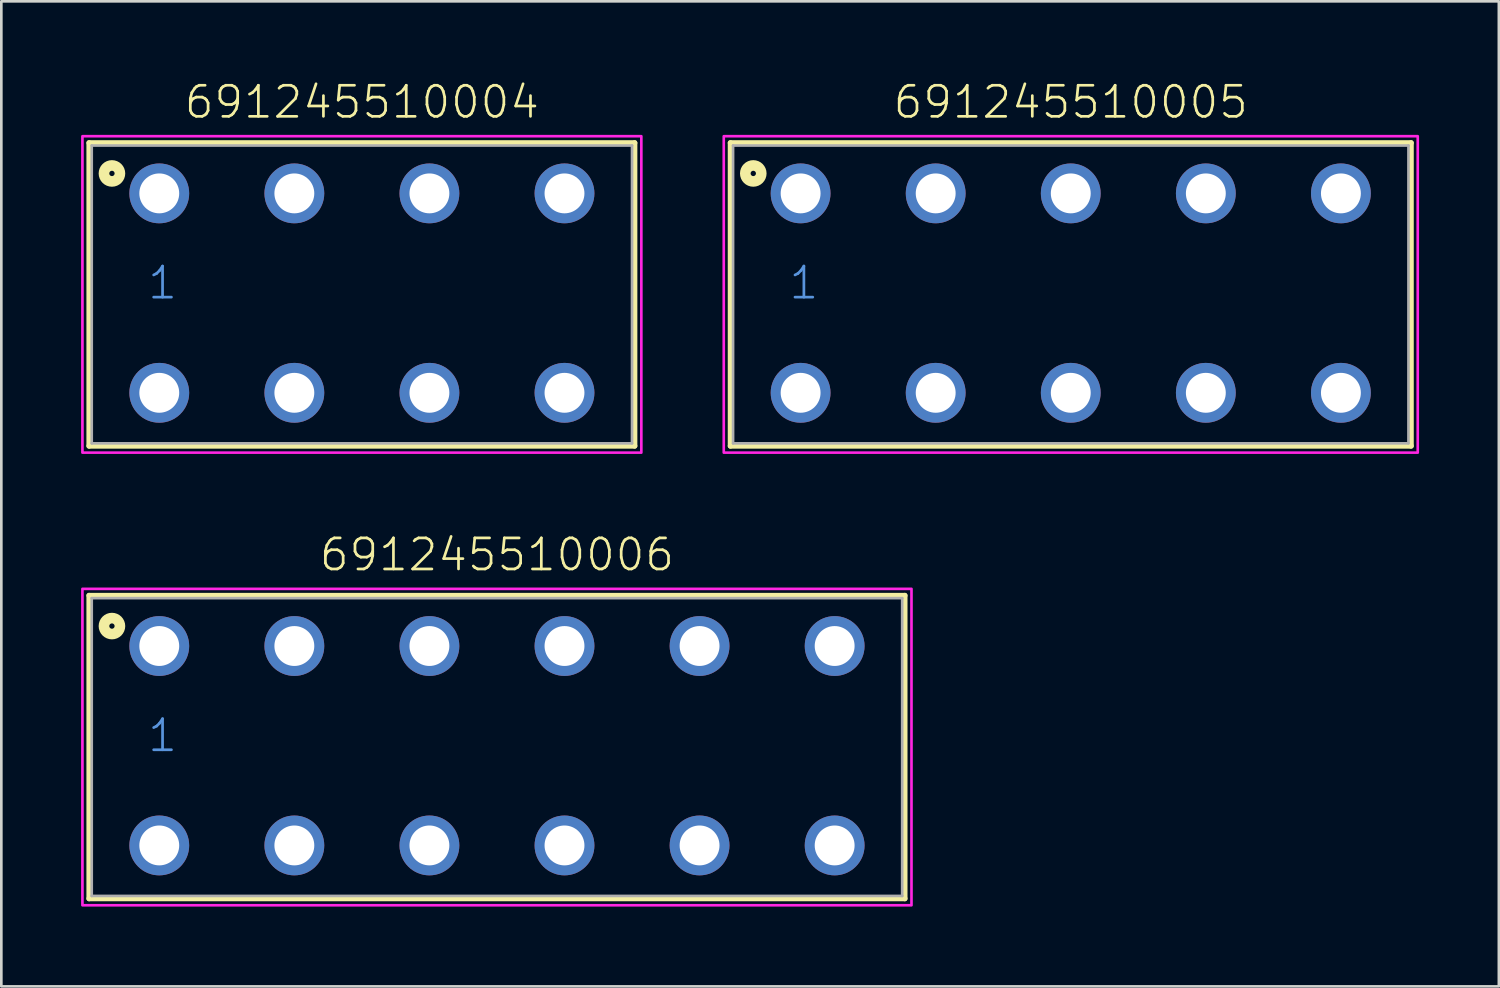
<source format=kicad_pcb>
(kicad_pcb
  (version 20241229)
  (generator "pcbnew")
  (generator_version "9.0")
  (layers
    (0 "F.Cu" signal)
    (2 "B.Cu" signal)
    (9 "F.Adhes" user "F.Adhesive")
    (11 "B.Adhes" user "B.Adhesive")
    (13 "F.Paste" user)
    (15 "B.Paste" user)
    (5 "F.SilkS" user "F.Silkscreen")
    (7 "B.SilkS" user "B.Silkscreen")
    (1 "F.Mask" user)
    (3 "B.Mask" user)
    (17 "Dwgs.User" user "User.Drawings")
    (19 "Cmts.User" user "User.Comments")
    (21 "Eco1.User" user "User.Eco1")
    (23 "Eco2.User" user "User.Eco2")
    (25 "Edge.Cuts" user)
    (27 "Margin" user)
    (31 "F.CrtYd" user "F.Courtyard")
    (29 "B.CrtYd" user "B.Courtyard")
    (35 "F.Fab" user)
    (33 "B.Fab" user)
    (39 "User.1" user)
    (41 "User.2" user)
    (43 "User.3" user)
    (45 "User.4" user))
  (footprint "691245510005"
    (layer "F.Cu")
    (at 37.22 7.973)
    (property "Reference" "691245510005" (at 0 -6.5 0) (unlocked yes) (layer "F.SilkS") (effects (font (size 1.168 1.168) (thickness 0.102)) (justify bottom)))
    (fp_line (start -12.8 -5.65) (end 12.8 -5.65) (stroke (width 0.2) (type solid)) (layer "F.SilkS"))
    (fp_line (start -12.8 5.75) (end -12.8 -5.65) (stroke (width 0.2) (type solid)) (layer "F.SilkS"))
    (fp_line (start 12.8 -5.65) (end 12.8 5.75) (stroke (width 0.2) (type solid)) (layer "F.SilkS"))
    (fp_line (start 12.8 5.75) (end -12.8 5.75) (stroke (width 0.2) (type solid)) (layer "F.SilkS"))
    (fp_circle (center -11.94 -4.5) (end -11.84 -4.5) (stroke (width 0.4) (type solid)) (fill no) (layer "F.SilkS"))
    (fp_poly (pts (xy 13.05 6) (xy -13.05 6) (xy -13.05 -5.9) (xy 13.05 -5.9)) (stroke (width 0.1) (type default)) (fill no) (layer "F.CrtYd"))
    (fp_line (start -12.7 -5.55) (end 12.7 -5.55) (stroke (width 0.1) (type solid)) (layer "F.Fab"))
    (fp_line (start -12.7 5.65) (end -12.7 -5.55) (stroke (width 0.1) (type solid)) (layer "F.Fab"))
    (fp_line (start 12.7 -5.55) (end 12.7 5.65) (stroke (width 0.1) (type solid)) (layer "F.Fab"))
    (fp_line (start 12.7 5.65) (end -12.7 5.65) (stroke (width 0.1) (type solid)) (layer "F.Fab"))
    (fp_text user "1" (at -10.66 0.3 0) (unlocked yes) (layer "Cmts.User") (effects (font (size 1.168 1.168) (thickness 0.102)) (justify left bottom)))
    (pad "1" thru_hole circle (at -10.16 -3.75) (size 2.25 2.25) (drill 1.5) (layers "*.Cu" "*.Mask"))
    (pad "2" thru_hole circle (at -5.08 -3.75) (size 2.25 2.25) (drill 1.5) (layers "*.Cu" "*.Mask"))
    (pad "3" thru_hole circle (at 0 -3.75) (size 2.25 2.25) (drill 1.5) (layers "*.Cu" "*.Mask"))
    (pad "4" thru_hole circle (at 5.08 -3.75) (size 2.25 2.25) (drill 1.5) (layers "*.Cu" "*.Mask"))
    (pad "5" thru_hole circle (at 10.16 -3.75) (size 2.25 2.25) (drill 1.5) (layers "*.Cu" "*.Mask"))
    (pad "A1" thru_hole circle (at -10.16 3.75) (size 2.25 2.25) (drill 1.5) (layers "*.Cu" "*.Mask"))
    (pad "A2" thru_hole circle (at -5.08 3.75) (size 2.25 2.25) (drill 1.5) (layers "*.Cu" "*.Mask"))
    (pad "A3" thru_hole circle (at 0 3.75) (size 2.25 2.25) (drill 1.5) (layers "*.Cu" "*.Mask"))
    (pad "A4" thru_hole circle (at 5.08 3.75) (size 2.25 2.25) (drill 1.5) (layers "*.Cu" "*.Mask"))
    (pad "A5" thru_hole circle (at 10.16 3.75) (size 2.25 2.25) (drill 1.5) (layers "*.Cu" "*.Mask")))
  (footprint "691245510006"
    (layer "F.Cu")
    (at 15.64 24.996)
    (property "Reference" "691245510006" (at 0 -6.5 0) (unlocked yes) (layer "F.SilkS") (effects (font (size 1.168 1.168) (thickness 0.102)) (justify bottom)))
    (fp_line (start -15.34 -5.65) (end 15.34 -5.65) (stroke (width 0.2) (type solid)) (layer "F.SilkS"))
    (fp_line (start -15.34 5.75) (end -15.34 -5.65) (stroke (width 0.2) (type solid)) (layer "F.SilkS"))
    (fp_line (start 15.34 -5.65) (end 15.34 5.75) (stroke (width 0.2) (type solid)) (layer "F.SilkS"))
    (fp_line (start 15.34 5.75) (end -15.34 5.75) (stroke (width 0.2) (type solid)) (layer "F.SilkS"))
    (fp_circle (center -14.48 -4.5) (end -14.38 -4.5) (stroke (width 0.4) (type solid)) (fill no) (layer "F.SilkS"))
    (fp_poly (pts (xy 15.59 6) (xy -15.59 6) (xy -15.59 -5.9) (xy 15.59 -5.9)) (stroke (width 0.1) (type default)) (fill no) (layer "F.CrtYd"))
    (fp_line (start -15.24 -5.55) (end 15.24 -5.55) (stroke (width 0.1) (type solid)) (layer "F.Fab"))
    (fp_line (start -15.24 5.65) (end -15.24 -5.55) (stroke (width 0.1) (type solid)) (layer "F.Fab"))
    (fp_line (start 15.24 -5.55) (end 15.24 5.65) (stroke (width 0.1) (type solid)) (layer "F.Fab"))
    (fp_line (start 15.24 5.65) (end -15.24 5.65) (stroke (width 0.1) (type solid)) (layer "F.Fab"))
    (fp_text user "1" (at -13.2 0.3 0) (unlocked yes) (layer "Cmts.User") (effects (font (size 1.168 1.168) (thickness 0.102)) (justify left bottom)))
    (pad "1" thru_hole circle (at -12.7 -3.75) (size 2.25 2.25) (drill 1.5) (layers "*.Cu" "*.Mask"))
    (pad "2" thru_hole circle (at -7.62 -3.75) (size 2.25 2.25) (drill 1.5) (layers "*.Cu" "*.Mask"))
    (pad "3" thru_hole circle (at -2.54 -3.75) (size 2.25 2.25) (drill 1.5) (layers "*.Cu" "*.Mask"))
    (pad "4" thru_hole circle (at 2.54 -3.75) (size 2.25 2.25) (drill 1.5) (layers "*.Cu" "*.Mask"))
    (pad "5" thru_hole circle (at 7.62 -3.75) (size 2.25 2.25) (drill 1.5) (layers "*.Cu" "*.Mask"))
    (pad "6" thru_hole circle (at 12.7 -3.75) (size 2.25 2.25) (drill 1.5) (layers "*.Cu" "*.Mask"))
    (pad "A1" thru_hole circle (at -12.7 3.75) (size 2.25 2.25) (drill 1.5) (layers "*.Cu" "*.Mask"))
    (pad "A2" thru_hole circle (at -7.62 3.75) (size 2.25 2.25) (drill 1.5) (layers "*.Cu" "*.Mask"))
    (pad "A3" thru_hole circle (at -2.54 3.75) (size 2.25 2.25) (drill 1.5) (layers "*.Cu" "*.Mask"))
    (pad "A4" thru_hole circle (at 2.54 3.75) (size 2.25 2.25) (drill 1.5) (layers "*.Cu" "*.Mask"))
    (pad "A5" thru_hole circle (at 7.62 3.75) (size 2.25 2.25) (drill 1.5) (layers "*.Cu" "*.Mask"))
    (pad "A6" thru_hole circle (at 12.7 3.75) (size 2.25 2.25) (drill 1.5) (layers "*.Cu" "*.Mask")))
  (footprint "691245510004"
    (layer "F.Cu")
    (at 10.56 7.973)
    (property "Reference" "691245510004" (at 0 -6.5 0) (unlocked yes) (layer "F.SilkS") (effects (font (size 1.168 1.168) (thickness 0.102)) (justify bottom)))
    (fp_line (start -10.26 -5.65) (end 10.26 -5.65) (stroke (width 0.2) (type solid)) (layer "F.SilkS"))
    (fp_line (start -10.26 5.75) (end -10.26 -5.65) (stroke (width 0.2) (type solid)) (layer "F.SilkS"))
    (fp_line (start 10.26 -5.65) (end 10.26 5.75) (stroke (width 0.2) (type solid)) (layer "F.SilkS"))
    (fp_line (start 10.26 5.75) (end -10.26 5.75) (stroke (width 0.2) (type solid)) (layer "F.SilkS"))
    (fp_circle (center -9.4 -4.5) (end -9.3 -4.5) (stroke (width 0.4) (type solid)) (fill no) (layer "F.SilkS"))
    (fp_poly (pts (xy 10.51 6) (xy -10.51 6) (xy -10.51 -5.9) (xy 10.51 -5.9)) (stroke (width 0.1) (type default)) (fill no) (layer "F.CrtYd"))
    (fp_line (start -10.16 -5.55) (end 10.16 -5.55) (stroke (width 0.1) (type solid)) (layer "F.Fab"))
    (fp_line (start -10.16 5.65) (end -10.16 -5.55) (stroke (width 0.1) (type solid)) (layer "F.Fab"))
    (fp_line (start 10.16 -5.55) (end 10.16 5.65) (stroke (width 0.1) (type solid)) (layer "F.Fab"))
    (fp_line (start 10.16 5.65) (end -10.16 5.65) (stroke (width 0.1) (type solid)) (layer "F.Fab"))
    (fp_text user "1" (at -8.12 0.3 0) (unlocked yes) (layer "Cmts.User") (effects (font (size 1.168 1.168) (thickness 0.102)) (justify left bottom)))
    (pad "1" thru_hole circle (at -7.62 -3.75) (size 2.25 2.25) (drill 1.5) (layers "*.Cu" "*.Mask"))
    (pad "2" thru_hole circle (at -2.54 -3.75) (size 2.25 2.25) (drill 1.5) (layers "*.Cu" "*.Mask"))
    (pad "3" thru_hole circle (at 2.54 -3.75) (size 2.25 2.25) (drill 1.5) (layers "*.Cu" "*.Mask"))
    (pad "4" thru_hole circle (at 7.62 -3.75) (size 2.25 2.25) (drill 1.5) (layers "*.Cu" "*.Mask"))
    (pad "A1" thru_hole circle (at -7.62 3.75) (size 2.25 2.25) (drill 1.5) (layers "*.Cu" "*.Mask"))
    (pad "A2" thru_hole circle (at -2.54 3.75) (size 2.25 2.25) (drill 1.5) (layers "*.Cu" "*.Mask"))
    (pad "A3" thru_hole circle (at 2.54 3.75) (size 2.25 2.25) (drill 1.5) (layers "*.Cu" "*.Mask"))
    (pad "A4" thru_hole circle (at 7.62 3.75) (size 2.25 2.25) (drill 1.5) (layers "*.Cu" "*.Mask")))
  (gr_rect
    (start -3 -3)
    (end 53.32 34.046)
    (stroke (width 0.1) (type default))
    (fill no)
    (layer "Edge.Cuts")))
</source>
